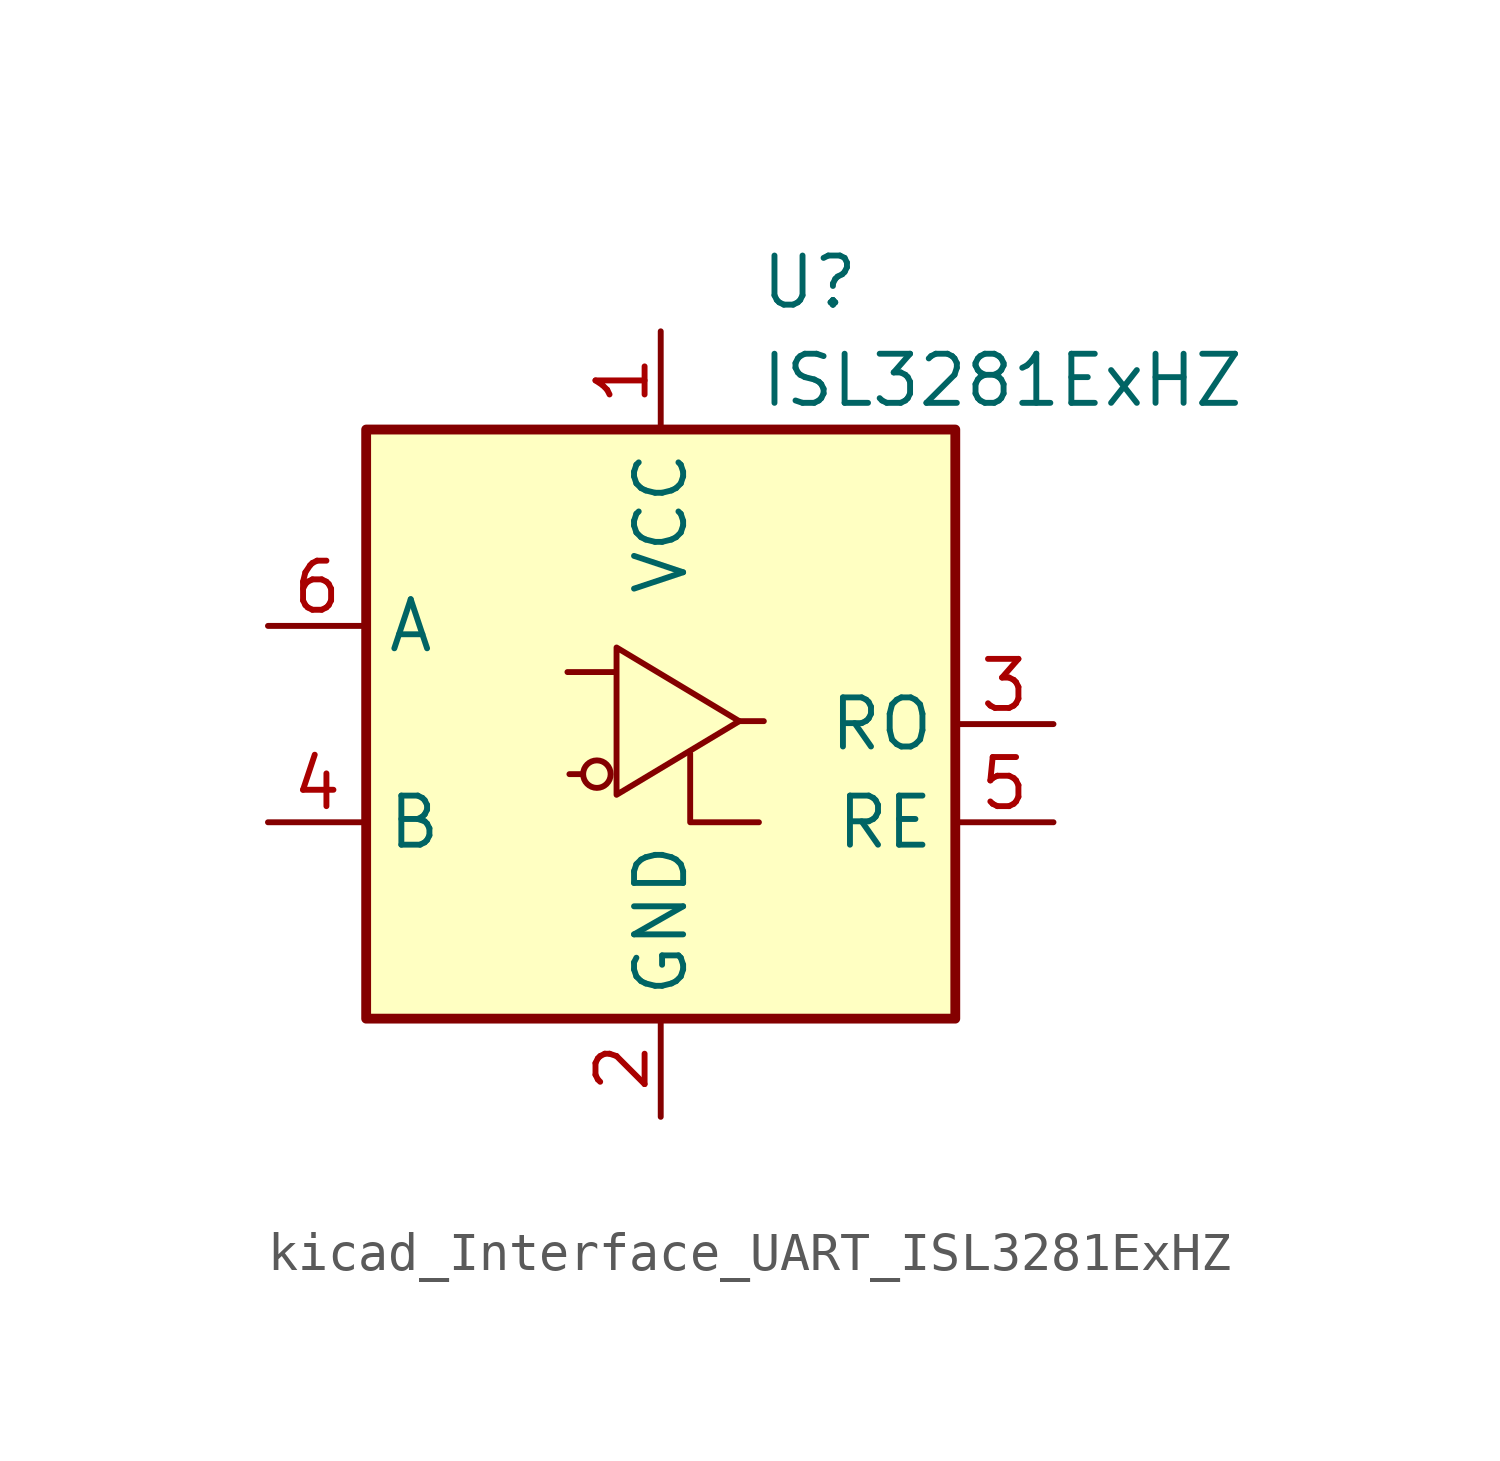
<source format=kicad_sym>
(kicad_symbol_lib
  (version 20220914)
  (generator kicad_symbol_editor)
  (symbol "kicad_Interface_UART_ISL3281ExHZ"
    (property "Reference" "U"
      (at 2.54 11.43 0)
      (effects (font (size 1.27 1.27)) (justify left)))
    (property "Value" "ISL3281ExHZ"
      (at 2.54 8.89 0)
      (effects (font (size 1.27 1.27)) (justify left)))
    (symbol "kicad_Interface_UART_ISL3281ExHZ_0_1"
      (polyline (pts (xy 0.762 -0.762) (xy 0.762 -2.54) (xy 2.54 -2.54)) (stroke (width 0) (type default)) (fill (type none)))
      (rectangle (start 7.62 7.62) (end -7.62 -7.62) (stroke (width 0.254) (type default)) (fill (type background))))
    (symbol "kicad_Interface_UART_ISL3281ExHZ_1_1"
      (circle (center -1.651 -1.295) (radius 0.356) (stroke (width 0) (type default)) (fill (type none)))
      (polyline (pts (xy -2.057 -1.295) (xy -2.362 -1.295)) (stroke (width 0) (type default)) (fill (type none)))
      (polyline (pts (xy 2.032 0.076) (xy 2.667 0.076)) (stroke (width 0) (type default)) (fill (type none)))
      (polyline (pts (xy -1.143 1.981) (xy -1.143 -1.829) (xy 2.032 0.076) (xy -1.143 1.981) (xy -1.143 1.346) (xy -2.413 1.346)) (stroke (width 0) (type default)) (fill (type none)))
      (pin power_in line (at 0 10.16 270) (length 2.54) (name "VCC" (effects (font (size 1.27 1.27)))) (number "1" (effects (font (size 1.27 1.27)))))
      (pin power_in line (at 0 -10.16 90) (length 2.54) (name "GND" (effects (font (size 1.27 1.27)))) (number "2" (effects (font (size 1.27 1.27)))))
      (pin output line (at 10.16 0 180) (length 2.54) (name "RO" (effects (font (size 1.27 1.27)))) (number "3" (effects (font (size 1.27 1.27)))))
      (pin input line (at -10.16 -2.54 0) (length 2.54) (name "B" (effects (font (size 1.27 1.27)))) (number "4" (effects (font (size 1.27 1.27)))))
      (pin input line (at 10.16 -2.54 180) (length 2.54) (name "RE" (effects (font (size 1.27 1.27)))) (number "5" (effects (font (size 1.27 1.27)))))
      (pin input line (at -10.16 2.54 0) (length 2.54) (name "A" (effects (font (size 1.27 1.27)))) (number "6" (effects (font (size 1.27 1.27))))))))
</source>
